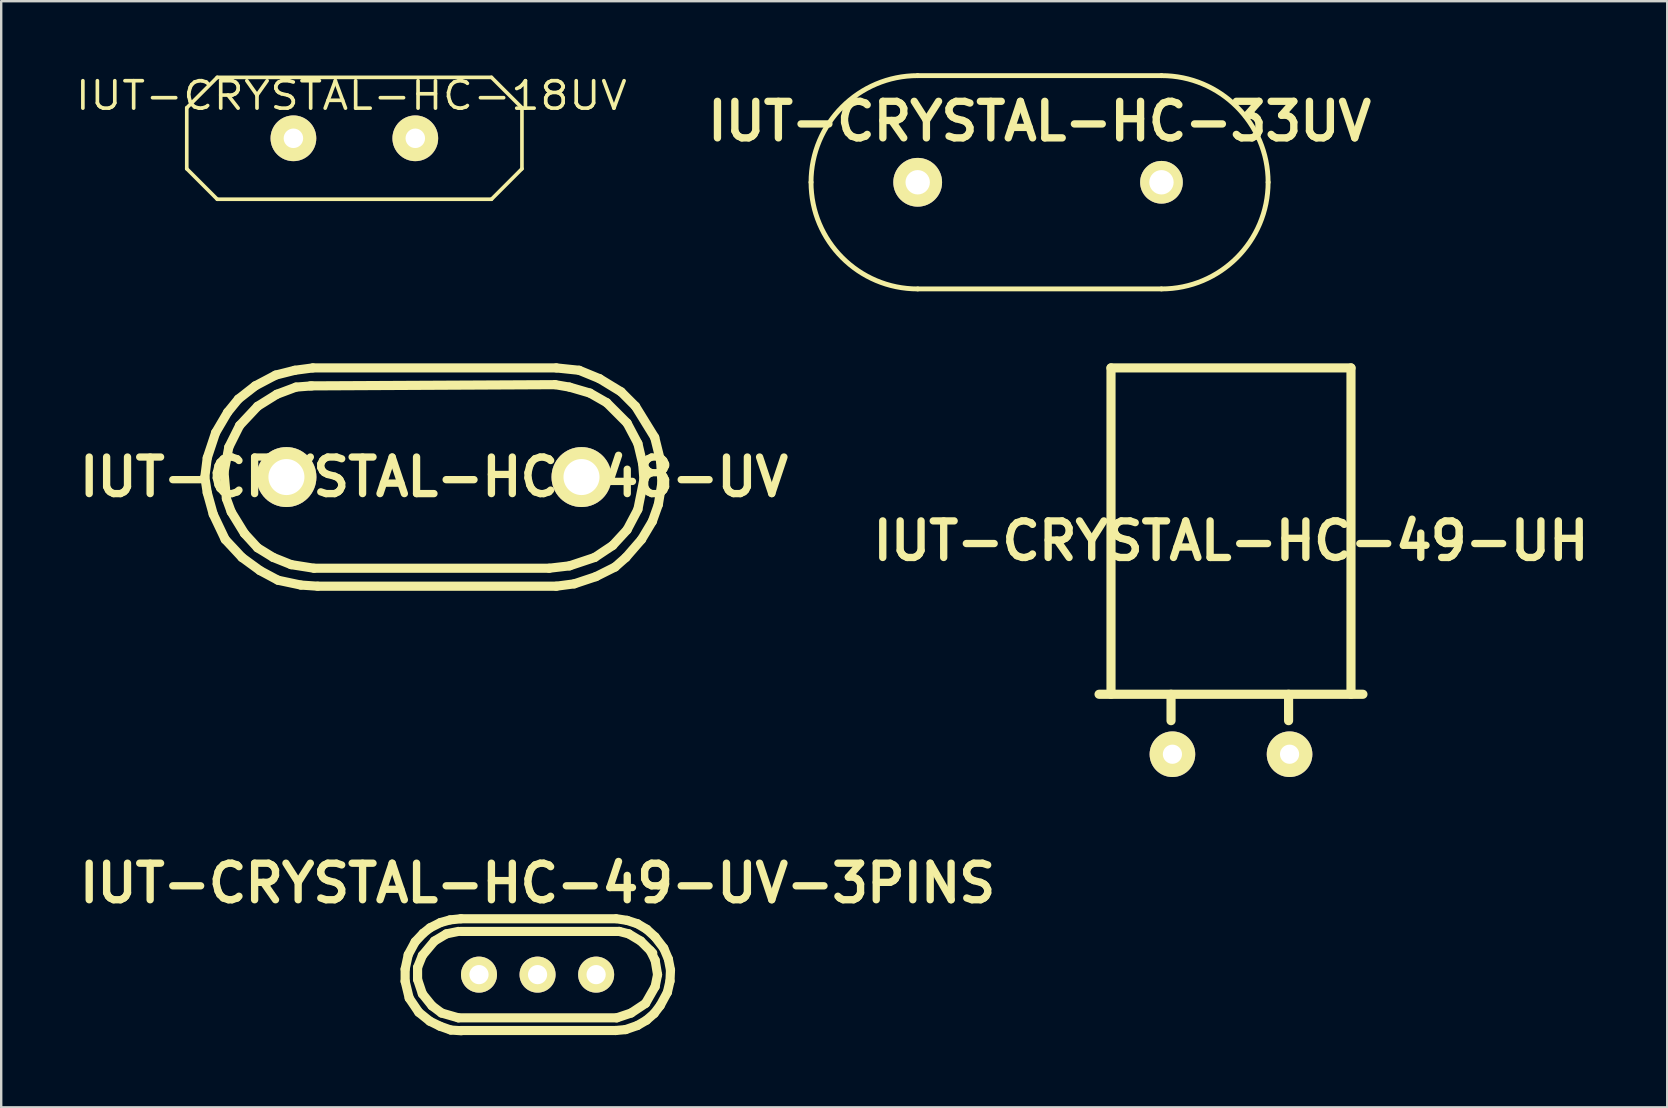
<source format=kicad_pcb>
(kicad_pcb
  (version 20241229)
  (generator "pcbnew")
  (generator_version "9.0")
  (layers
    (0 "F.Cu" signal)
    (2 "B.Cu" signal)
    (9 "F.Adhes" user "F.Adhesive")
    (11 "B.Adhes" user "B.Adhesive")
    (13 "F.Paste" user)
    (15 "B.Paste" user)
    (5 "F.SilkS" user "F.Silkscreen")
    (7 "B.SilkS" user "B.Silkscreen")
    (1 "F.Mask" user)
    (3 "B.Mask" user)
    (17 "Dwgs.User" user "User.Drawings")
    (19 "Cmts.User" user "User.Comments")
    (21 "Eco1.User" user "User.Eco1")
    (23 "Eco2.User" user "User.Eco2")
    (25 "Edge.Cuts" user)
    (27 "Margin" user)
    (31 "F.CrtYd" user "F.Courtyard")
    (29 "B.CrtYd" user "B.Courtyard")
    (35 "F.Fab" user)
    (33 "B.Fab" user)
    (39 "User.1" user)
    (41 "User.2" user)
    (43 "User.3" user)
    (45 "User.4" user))
  (footprint "IUT-CRYSTAL-HC-18UV"
    (layer "F.Cu")
    (at 11.719 2.714)
    (property "Reference" "IUT-CRYSTAL-HC-18UV" (at -0.127 -1.778 0) (layer "F.SilkS") (effects (font (size 1.143 1.27) (thickness 0.152))))
    (attr through_hole)
    (fp_line (start -6.985 -1.27) (end -6.985 1.27) (stroke (width 0.152) (type solid)) (layer "F.SilkS"))
    (fp_line (start -6.985 -1.27) (end -5.715 -2.54) (stroke (width 0.152) (type solid)) (layer "F.SilkS"))
    (fp_line (start -6.985 1.27) (end -5.715 2.54) (stroke (width 0.152) (type solid)) (layer "F.SilkS"))
    (fp_line (start -5.715 -2.54) (end 5.715 -2.54) (stroke (width 0.152) (type solid)) (layer "F.SilkS"))
    (fp_line (start -5.715 2.54) (end 5.715 2.54) (stroke (width 0.152) (type solid)) (layer "F.SilkS"))
    (fp_line (start 5.715 -2.54) (end 6.985 -1.27) (stroke (width 0.152) (type solid)) (layer "F.SilkS"))
    (fp_line (start 6.985 1.27) (end 5.715 2.54) (stroke (width 0.152) (type solid)) (layer "F.SilkS"))
    (fp_line (start 6.985 1.27) (end 6.985 -1.27) (stroke (width 0.152) (type solid)) (layer "F.SilkS"))
    (pad "1" thru_hole circle (at -2.54 0) (size 1.905 1.905) (drill 0.813) (layers "*.Cu" "*.Mask" "F.SilkS"))
    (pad "2" thru_hole circle (at 2.54 0) (size 1.905 1.905) (drill 0.813) (layers "*.Cu" "*.Mask" "F.SilkS")))
  (footprint "IUT-CRYSTAL-HC-33UV"
    (layer "F.Cu")
    (at 40.278 4.547)
    (property "Reference" "IUT-CRYSTAL-HC-33UV" (at 0 -2.54 0) (layer "F.SilkS") (effects (font (size 1.524 1.524) (thickness 0.305))))
    (attr through_hole)
    (fp_line (start -5.08 -4.445) (end 5.08 -4.445) (stroke (width 0.203) (type solid)) (layer "F.SilkS"))
    (fp_line (start 5.08 4.445) (end -5.08 4.445) (stroke (width 0.203) (type solid)) (layer "F.SilkS"))
    (fp_arc (start -9.525 0) (mid -8.22309 -3.14309) (end -5.08 -4.445) (stroke (width 0.2032) (type solid)) (layer "F.SilkS"))
    (fp_arc (start -5.08 4.445) (mid -8.22309 3.14309) (end -9.525 0) (stroke (width 0.2032) (type solid)) (layer "F.SilkS"))
    (fp_arc (start 5.08 -4.445) (mid 8.22309 -3.14309) (end 9.525 0) (stroke (width 0.2032) (type solid)) (layer "F.SilkS"))
    (fp_arc (start 9.525 0) (mid 8.22309 3.14309) (end 5.08 4.445) (stroke (width 0.2032) (type solid)) (layer "F.SilkS"))
    (pad "1" thru_hole circle (at -5.08 0) (size 2.032 2.032) (drill 1.016) (layers "*.Cu" "*.Mask" "F.SilkS"))
    (pad "2" thru_hole circle (at 5.08 0) (size 1.778 1.778) (drill 1.016) (layers "*.Cu" "*.Mask" "F.SilkS")))
  (footprint "IUT-CRYSTAL-HC-49-UH"
    (layer "F.Cu")
    (at 48.256 28.385)
    (property "Reference" "IUT-CRYSTAL-HC-49-UH" (at 0 -8.89 0) (layer "F.SilkS") (effects (font (size 1.524 1.524) (thickness 0.305))))
    (attr through_hole)
    (fp_line (start -5.499 -2.499) (end 5.499 -2.499) (stroke (width 0.381) (type solid)) (layer "F.SilkS"))
    (fp_line (start -5.001 -16.101) (end 5.001 -16.101) (stroke (width 0.381) (type solid)) (layer "F.SilkS"))
    (fp_line (start -5.001 -2.499) (end -5.001 -16.101) (stroke (width 0.381) (type solid)) (layer "F.SilkS"))
    (fp_line (start -2.499 -1.399) (end -2.499 -2.499) (stroke (width 0.381) (type solid)) (layer "F.SilkS"))
    (fp_line (start 2.4 -1.399) (end 2.4 -2.499) (stroke (width 0.381) (type solid)) (layer "F.SilkS"))
    (fp_line (start 5.001 -16.101) (end 5.001 -2.499) (stroke (width 0.381) (type solid)) (layer "F.SilkS"))
    (pad "1" thru_hole circle (at -2.441 0) (size 1.9 1.9) (drill 0.8) (layers "*.Cu" "*.Mask" "F.SilkS"))
    (pad "2" thru_hole circle (at 2.441 0) (size 1.9 1.9) (drill 0.8) (layers "*.Cu" "*.Mask" "F.SilkS")))
  (footprint "IUT-CRYSTAL-HC-49-UV-3PINS"
    (layer "F.Cu")
    (at 19.355 37.571)
    (property "Reference" "IUT-CRYSTAL-HC-49-UV-3PINS" (at 0 -3.81 0) (layer "F.SilkS") (effects (font (size 1.524 1.524) (thickness 0.305))))
    (attr through_hole)
    (fp_line (start -5.519 -0.231) (end -5.519 0.279) (stroke (width 0.381) (type solid)) (layer "F.SilkS"))
    (fp_line (start -5.519 0.279) (end -5.349 0.98) (stroke (width 0.381) (type solid)) (layer "F.SilkS"))
    (fp_line (start -5.39 -0.831) (end -5.519 -0.231) (stroke (width 0.381) (type solid)) (layer "F.SilkS"))
    (fp_line (start -5.349 0.98) (end -4.95 1.57) (stroke (width 0.381) (type solid)) (layer "F.SilkS"))
    (fp_line (start -5.1 -1.369) (end -5.39 -0.831) (stroke (width 0.381) (type solid)) (layer "F.SilkS"))
    (fp_line (start -5.001 -0.3) (end -4.801 -0.8) (stroke (width 0.381) (type solid)) (layer "F.SilkS"))
    (fp_line (start -5.001 0.201) (end -5.001 -0.3) (stroke (width 0.381) (type solid)) (layer "F.SilkS"))
    (fp_line (start -4.95 1.57) (end -4.491 1.941) (stroke (width 0.381) (type solid)) (layer "F.SilkS"))
    (fp_line (start -4.801 -0.8) (end -4.3 -1.399) (stroke (width 0.381) (type solid)) (layer "F.SilkS"))
    (fp_line (start -4.801 0.8) (end -5.001 0.201) (stroke (width 0.381) (type solid)) (layer "F.SilkS"))
    (fp_line (start -4.77 -1.72) (end -5.1 -1.369) (stroke (width 0.381) (type solid)) (layer "F.SilkS"))
    (fp_line (start -4.491 1.941) (end -4.069 2.149) (stroke (width 0.381) (type solid)) (layer "F.SilkS"))
    (fp_line (start -4.481 -1.951) (end -4.77 -1.72) (stroke (width 0.381) (type solid)) (layer "F.SilkS"))
    (fp_line (start -4.399 1.3) (end -4.801 0.8) (stroke (width 0.381) (type solid)) (layer "F.SilkS"))
    (fp_line (start -4.3 -1.399) (end -3.8 -1.699) (stroke (width 0.381) (type solid)) (layer "F.SilkS"))
    (fp_line (start -4.069 2.149) (end -3.619 2.309) (stroke (width 0.381) (type solid)) (layer "F.SilkS"))
    (fp_line (start -4.049 -2.169) (end -4.481 -1.951) (stroke (width 0.381) (type solid)) (layer "F.SilkS"))
    (fp_line (start -4 1.6) (end -4.399 1.3) (stroke (width 0.381) (type solid)) (layer "F.SilkS"))
    (fp_line (start -3.8 -1.699) (end -3.3 -1.801) (stroke (width 0.381) (type solid)) (layer "F.SilkS"))
    (fp_line (start -3.65 -2.281) (end -4.049 -2.169) (stroke (width 0.381) (type solid)) (layer "F.SilkS"))
    (fp_line (start -3.619 2.309) (end -3.18 2.339) (stroke (width 0.381) (type solid)) (layer "F.SilkS"))
    (fp_line (start -3.3 1.801) (end -4 1.6) (stroke (width 0.381) (type solid)) (layer "F.SilkS"))
    (fp_line (start -3.2 -2.329) (end 3.251 -2.329) (stroke (width 0.381) (type solid)) (layer "F.SilkS"))
    (fp_line (start -3.2 -1.801) (end 3.401 -1.801) (stroke (width 0.381) (type solid)) (layer "F.SilkS"))
    (fp_line (start -3.2 2.329) (end 3.251 2.329) (stroke (width 0.381) (type solid)) (layer "F.SilkS"))
    (fp_line (start -3.19 -2.329) (end -3.65 -2.281) (stroke (width 0.381) (type solid)) (layer "F.SilkS"))
    (fp_line (start 3.251 2.329) (end 3.67 2.291) (stroke (width 0.381) (type solid)) (layer "F.SilkS"))
    (fp_line (start 3.3 1.801) (end -3.3 1.801) (stroke (width 0.381) (type solid)) (layer "F.SilkS"))
    (fp_line (start 3.401 -1.801) (end 3.8 -1.699) (stroke (width 0.381) (type solid)) (layer "F.SilkS"))
    (fp_line (start 3.67 2.291) (end 4.16 2.121) (stroke (width 0.381) (type solid)) (layer "F.SilkS"))
    (fp_line (start 3.731 -2.261) (end 3.289 -2.329) (stroke (width 0.381) (type solid)) (layer "F.SilkS"))
    (fp_line (start 3.8 -1.699) (end 4.3 -1.399) (stroke (width 0.381) (type solid)) (layer "F.SilkS"))
    (fp_line (start 3.899 1.6) (end 3.3 1.801) (stroke (width 0.381) (type solid)) (layer "F.SilkS"))
    (fp_line (start 4.16 -2.121) (end 3.731 -2.261) (stroke (width 0.381) (type solid)) (layer "F.SilkS"))
    (fp_line (start 4.16 2.121) (end 4.539 1.9) (stroke (width 0.381) (type solid)) (layer "F.SilkS"))
    (fp_line (start 4.3 -1.399) (end 4.801 -0.899) (stroke (width 0.381) (type solid)) (layer "F.SilkS"))
    (fp_line (start 4.501 1.199) (end 3.899 1.6) (stroke (width 0.381) (type solid)) (layer "F.SilkS"))
    (fp_line (start 4.539 1.9) (end 4.859 1.621) (stroke (width 0.381) (type solid)) (layer "F.SilkS"))
    (fp_line (start 4.549 -1.89) (end 4.16 -2.121) (stroke (width 0.381) (type solid)) (layer "F.SilkS"))
    (fp_line (start 4.699 -1.001) (end 4.9 -0.599) (stroke (width 0.381) (type solid)) (layer "F.SilkS"))
    (fp_line (start 4.859 1.621) (end 5.111 1.29) (stroke (width 0.381) (type solid)) (layer "F.SilkS"))
    (fp_line (start 4.9 -1.57) (end 4.549 -1.89) (stroke (width 0.381) (type solid)) (layer "F.SilkS"))
    (fp_line (start 4.9 -0.599) (end 5.001 0) (stroke (width 0.381) (type solid)) (layer "F.SilkS"))
    (fp_line (start 4.9 0.5) (end 4.501 1.199) (stroke (width 0.381) (type solid)) (layer "F.SilkS"))
    (fp_line (start 5.001 0) (end 4.9 0.5) (stroke (width 0.381) (type solid)) (layer "F.SilkS"))
    (fp_line (start 5.111 1.29) (end 5.41 0.739) (stroke (width 0.381) (type solid)) (layer "F.SilkS"))
    (fp_line (start 5.26 -1.1) (end 4.9 -1.57) (stroke (width 0.381) (type solid)) (layer "F.SilkS"))
    (fp_line (start 5.41 0.739) (end 5.519 0.269) (stroke (width 0.381) (type solid)) (layer "F.SilkS"))
    (fp_line (start 5.451 -0.65) (end 5.26 -1.1) (stroke (width 0.381) (type solid)) (layer "F.SilkS"))
    (fp_line (start 5.519 0.269) (end 5.54 -0.191) (stroke (width 0.381) (type solid)) (layer "F.SilkS"))
    (fp_line (start 5.54 -0.191) (end 5.451 -0.65) (stroke (width 0.381) (type solid)) (layer "F.SilkS"))
    (pad "1" thru_hole circle (at -2.441 0) (size 1.501 1.501) (drill 0.8) (layers "*.Cu" "*.Mask" "F.SilkS"))
    (pad "2" thru_hole circle (at 2.441 0) (size 1.501 1.501) (drill 0.8) (layers "*.Cu" "*.Mask" "F.SilkS"))
    (pad "3" thru_hole circle (at 0 0) (size 1.501 1.501) (drill 0.8) (layers "*.Cu" "*.Mask" "F.SilkS")))
  (footprint "IUT-CRYSTAL-HC-48-UV"
    (layer "F.Cu")
    (at 15.037 16.833)
    (property "Reference" "IUT-CRYSTAL-HC-48-UV" (at 0 0 0) (layer "F.SilkS") (effects (font (size 1.524 1.524) (thickness 0.305))))
    (attr through_hole)
    (fp_line (start -9.55 0) (end -9.449 -0.8) (stroke (width 0.381) (type solid)) (layer "F.SilkS"))
    (fp_line (start -9.449 -0.8) (end -9.101 -1.849) (stroke (width 0.381) (type solid)) (layer "F.SilkS"))
    (fp_line (start -9.449 0.65) (end -9.55 0) (stroke (width 0.381) (type solid)) (layer "F.SilkS"))
    (fp_line (start -9.2 1.549) (end -9.449 0.65) (stroke (width 0.381) (type solid)) (layer "F.SilkS"))
    (fp_line (start -9.101 -1.849) (end -8.6 -2.7) (stroke (width 0.381) (type solid)) (layer "F.SilkS"))
    (fp_line (start -8.75 -0.201) (end -8.55 -1.25) (stroke (width 0.381) (type solid)) (layer "F.SilkS"))
    (fp_line (start -8.7 2.601) (end -9.2 1.549) (stroke (width 0.381) (type solid)) (layer "F.SilkS"))
    (fp_line (start -8.651 0.899) (end -8.75 -0.201) (stroke (width 0.381) (type solid)) (layer "F.SilkS"))
    (fp_line (start -8.6 -2.7) (end -8.151 -3.251) (stroke (width 0.381) (type solid)) (layer "F.SilkS"))
    (fp_line (start -8.55 -1.25) (end -8.1 -2.149) (stroke (width 0.381) (type solid)) (layer "F.SilkS"))
    (fp_line (start -8.451 1.45) (end -8.651 0.899) (stroke (width 0.381) (type solid)) (layer "F.SilkS"))
    (fp_line (start -8.151 -3.251) (end -7.45 -3.8) (stroke (width 0.381) (type solid)) (layer "F.SilkS"))
    (fp_line (start -8.1 -2.149) (end -7.351 -2.949) (stroke (width 0.381) (type solid)) (layer "F.SilkS"))
    (fp_line (start -8.001 3.35) (end -8.7 2.601) (stroke (width 0.381) (type solid)) (layer "F.SilkS"))
    (fp_line (start -7.899 2.349) (end -8.451 1.45) (stroke (width 0.381) (type solid)) (layer "F.SilkS"))
    (fp_line (start -7.45 -3.8) (end -6.599 -4.249) (stroke (width 0.381) (type solid)) (layer "F.SilkS"))
    (fp_line (start -7.351 -2.949) (end -6.551 -3.449) (stroke (width 0.381) (type solid)) (layer "F.SilkS"))
    (fp_line (start -7.351 2.949) (end -7.899 2.349) (stroke (width 0.381) (type solid)) (layer "F.SilkS"))
    (fp_line (start -7.249 3.899) (end -8.001 3.35) (stroke (width 0.381) (type solid)) (layer "F.SilkS"))
    (fp_line (start -6.7 3.35) (end -7.351 2.949) (stroke (width 0.381) (type solid)) (layer "F.SilkS"))
    (fp_line (start -6.599 -4.249) (end -5.799 -4.45) (stroke (width 0.381) (type solid)) (layer "F.SilkS"))
    (fp_line (start -6.551 -3.449) (end -5.751 -3.749) (stroke (width 0.381) (type solid)) (layer "F.SilkS"))
    (fp_line (start -6.5 4.3) (end -7.249 3.899) (stroke (width 0.381) (type solid)) (layer "F.SilkS"))
    (fp_line (start -5.951 3.65) (end -6.7 3.35) (stroke (width 0.381) (type solid)) (layer "F.SilkS"))
    (fp_line (start -5.799 -4.45) (end -5.05 -4.549) (stroke (width 0.381) (type solid)) (layer "F.SilkS"))
    (fp_line (start -5.751 -3.749) (end -5.1 -3.8) (stroke (width 0.381) (type solid)) (layer "F.SilkS"))
    (fp_line (start -5.55 4.501) (end -6.5 4.3) (stroke (width 0.381) (type solid)) (layer "F.SilkS"))
    (fp_line (start -5.151 -3.8) (end 5.05 -3.851) (stroke (width 0.381) (type solid)) (layer "F.SilkS"))
    (fp_line (start -5.05 -4.549) (end 5.1 -4.549) (stroke (width 0.381) (type solid)) (layer "F.SilkS"))
    (fp_line (start -5.001 3.8) (end -5.951 3.65) (stroke (width 0.381) (type solid)) (layer "F.SilkS"))
    (fp_line (start -4.849 4.549) (end -5.55 4.501) (stroke (width 0.381) (type solid)) (layer "F.SilkS"))
    (fp_line (start 4.801 3.8) (end -5.001 3.8) (stroke (width 0.381) (type solid)) (layer "F.SilkS"))
    (fp_line (start 5.05 -3.851) (end 5.649 -3.749) (stroke (width 0.381) (type solid)) (layer "F.SilkS"))
    (fp_line (start 5.1 -4.549) (end 6.05 -4.45) (stroke (width 0.381) (type solid)) (layer "F.SilkS"))
    (fp_line (start 5.1 4.549) (end -4.849 4.549) (stroke (width 0.381) (type solid)) (layer "F.SilkS"))
    (fp_line (start 5.649 -3.749) (end 6.5 -3.5) (stroke (width 0.381) (type solid)) (layer "F.SilkS"))
    (fp_line (start 5.649 3.701) (end 4.801 3.8) (stroke (width 0.381) (type solid)) (layer "F.SilkS"))
    (fp_line (start 5.85 4.45) (end 5.1 4.549) (stroke (width 0.381) (type solid)) (layer "F.SilkS"))
    (fp_line (start 6.05 -4.45) (end 6.901 -4.1) (stroke (width 0.381) (type solid)) (layer "F.SilkS"))
    (fp_line (start 6.5 -3.5) (end 7.201 -3.099) (stroke (width 0.381) (type solid)) (layer "F.SilkS"))
    (fp_line (start 6.7 3.35) (end 5.649 3.701) (stroke (width 0.381) (type solid)) (layer "F.SilkS"))
    (fp_line (start 6.749 4.15) (end 5.85 4.45) (stroke (width 0.381) (type solid)) (layer "F.SilkS"))
    (fp_line (start 6.901 -4.1) (end 7.8 -3.551) (stroke (width 0.381) (type solid)) (layer "F.SilkS"))
    (fp_line (start 7.201 -3.099) (end 8.049 -2.25) (stroke (width 0.381) (type solid)) (layer "F.SilkS"))
    (fp_line (start 7.45 2.85) (end 6.7 3.35) (stroke (width 0.381) (type solid)) (layer "F.SilkS"))
    (fp_line (start 7.549 3.749) (end 6.749 4.15) (stroke (width 0.381) (type solid)) (layer "F.SilkS"))
    (fp_line (start 7.8 -3.551) (end 8.4 -2.949) (stroke (width 0.381) (type solid)) (layer "F.SilkS"))
    (fp_line (start 8.001 3.35) (end 7.549 3.749) (stroke (width 0.381) (type solid)) (layer "F.SilkS"))
    (fp_line (start 8.049 -2.25) (end 8.499 -1.399) (stroke (width 0.381) (type solid)) (layer "F.SilkS"))
    (fp_line (start 8.049 2.2) (end 7.45 2.85) (stroke (width 0.381) (type solid)) (layer "F.SilkS"))
    (fp_line (start 8.4 -2.949) (end 9.2 -1.651) (stroke (width 0.381) (type solid)) (layer "F.SilkS"))
    (fp_line (start 8.499 -1.399) (end 8.7 -0.551) (stroke (width 0.381) (type solid)) (layer "F.SilkS"))
    (fp_line (start 8.499 1.349) (end 8.049 2.2) (stroke (width 0.381) (type solid)) (layer "F.SilkS"))
    (fp_line (start 8.651 2.601) (end 8.001 3.35) (stroke (width 0.381) (type solid)) (layer "F.SilkS"))
    (fp_line (start 8.7 -0.551) (end 8.75 0.099) (stroke (width 0.381) (type solid)) (layer "F.SilkS"))
    (fp_line (start 8.75 0.099) (end 8.499 1.349) (stroke (width 0.381) (type solid)) (layer "F.SilkS"))
    (fp_line (start 9.101 1.849) (end 8.651 2.601) (stroke (width 0.381) (type solid)) (layer "F.SilkS"))
    (fp_line (start 9.2 -1.651) (end 9.449 -0.65) (stroke (width 0.381) (type solid)) (layer "F.SilkS"))
    (fp_line (start 9.35 1.151) (end 9.101 1.849) (stroke (width 0.381) (type solid)) (layer "F.SilkS"))
    (fp_line (start 9.449 -0.65) (end 9.5 0.249) (stroke (width 0.381) (type solid)) (layer "F.SilkS"))
    (fp_line (start 9.5 0.249) (end 9.35 1.151) (stroke (width 0.381) (type solid)) (layer "F.SilkS"))
    (pad "1" thru_hole circle (at -6.149 0) (size 2.499 2.499) (drill 1.501) (layers "*.Cu" "*.Mask" "F.SilkS"))
    (pad "2" thru_hole circle (at 6.149 0) (size 2.499 2.499) (drill 1.501) (layers "*.Cu" "*.Mask" "F.SilkS")))
  (gr_rect
    (start -3 -3)
    (end 66.437 43.101)
    (stroke (width 0.1) (type default))
    (fill no)
    (layer "Edge.Cuts")))
</source>
